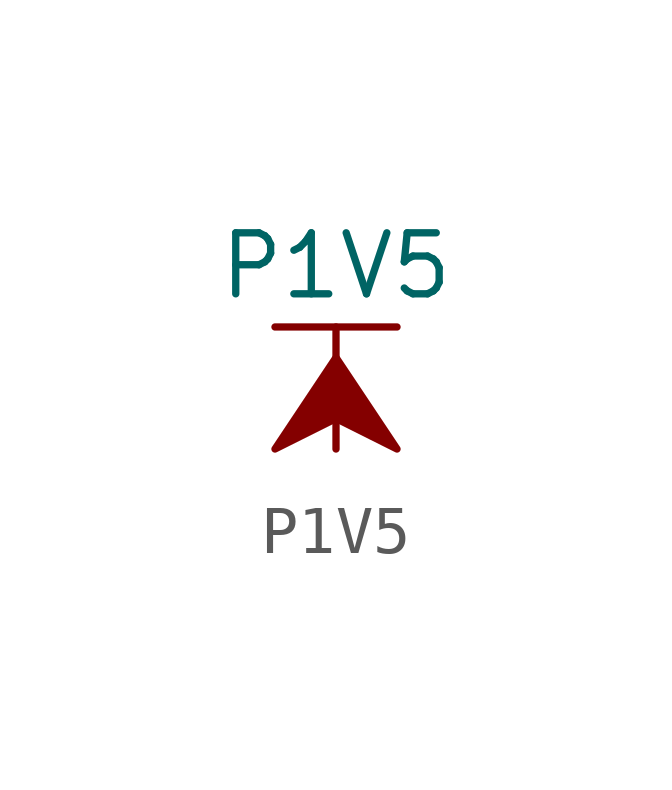
<source format=kicad_sym>
(kicad_symbol_lib
  (version 20211014)
  (generator kicad_symbol_editor)
  (symbol "P1V5"
    (power)
    (pin_names
      (offset 0))
    (property "Reference" "#PWR"
      (at 0 -3.81 0)
      (effects (font (size 1.27 1.27)) hide))
    (property "Value" "P1V5"
      (at 0 3.81 0)
      (effects (font (size 1.27 1.27))))
    (symbol "P1V5_0_1"
      (polyline (pts (xy -1.27 2.54) (xy 1.27 2.54)) (stroke (width 0.152) (type default) (color 0 0 0 0)) (fill (type none)))
      (polyline (pts (xy 0 0) (xy 0 2.54)) (stroke (width 0.152) (type default) (color 0 0 0 0)) (fill (type none)))
      (polyline (pts (xy 0 1.905) (xy -1.27 0) (xy 0 0.635) (xy 1.27 0) (xy 0 1.905)) (stroke (width 0.152) (type default) (color 0 0 0 0)) (fill (type outline))))
    (symbol "P1V5_1_1"
      (pin power_in line (at 0 0 90) (length 0) hide (name "P1V5" (effects (font (size 1.27 1.27)))) (number "1" (effects (font (size 1.27 1.27))))))))
</source>
